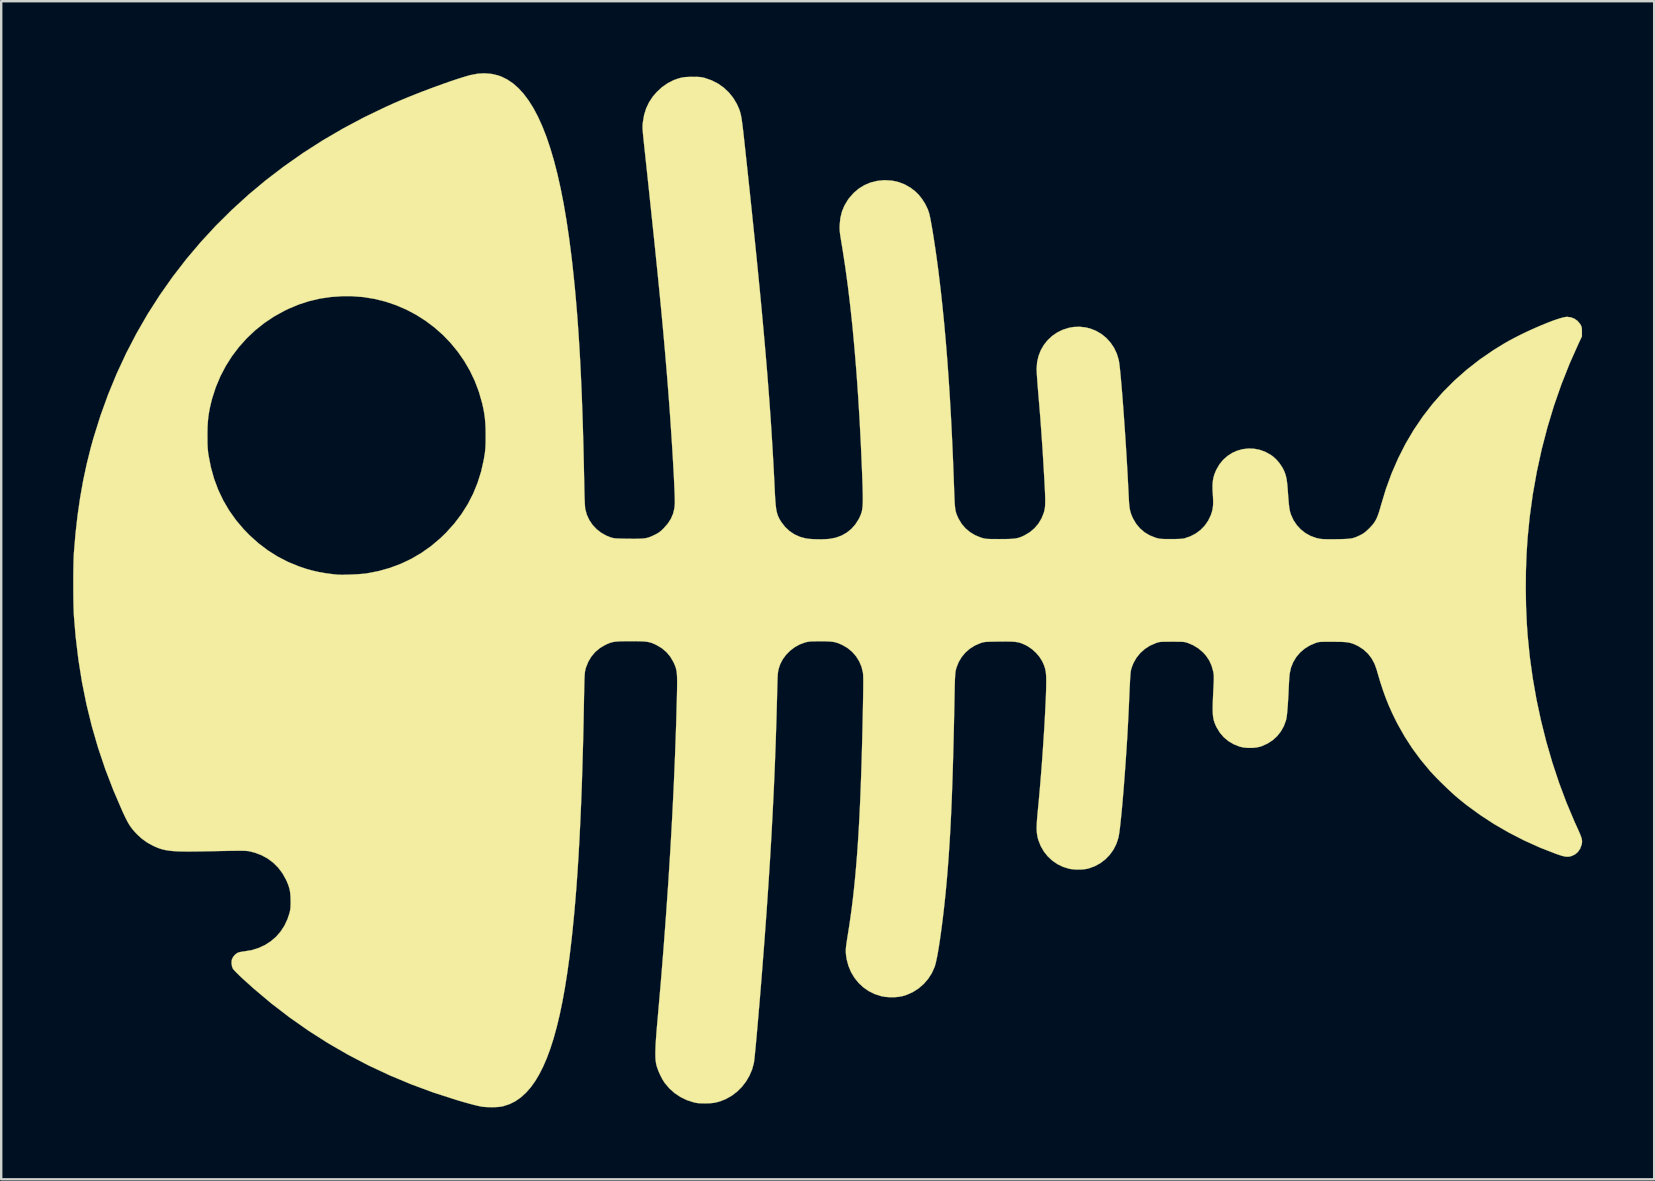
<source format=kicad_pcb>
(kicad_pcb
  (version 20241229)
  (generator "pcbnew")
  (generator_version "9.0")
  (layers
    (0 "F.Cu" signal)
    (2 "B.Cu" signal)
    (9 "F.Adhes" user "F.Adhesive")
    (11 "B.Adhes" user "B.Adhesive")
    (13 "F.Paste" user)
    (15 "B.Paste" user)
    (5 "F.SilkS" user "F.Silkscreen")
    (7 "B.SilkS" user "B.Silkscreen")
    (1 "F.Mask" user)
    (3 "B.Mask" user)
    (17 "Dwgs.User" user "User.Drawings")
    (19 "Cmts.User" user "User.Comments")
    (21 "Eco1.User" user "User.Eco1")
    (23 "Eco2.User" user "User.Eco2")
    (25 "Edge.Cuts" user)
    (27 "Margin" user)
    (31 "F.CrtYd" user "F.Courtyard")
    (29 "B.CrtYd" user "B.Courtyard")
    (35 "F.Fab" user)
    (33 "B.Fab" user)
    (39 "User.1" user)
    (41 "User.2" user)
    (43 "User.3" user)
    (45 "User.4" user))
  (footprint "Fish_FSilk"
    (layer "F.Cu")
    (at 30.302 20.651)
    (property "Reference" "Fish_FSilk" (at 0 0 0) (layer "F.SilkS") (effects (font (size 1.27 1.27) (thickness 0.15))))
    (attr through_hole)
    (fp_poly (pts (xy -12.883 -20.623) (xy -12.612 -20.562) (xy -12.462 -20.51) (xy -12.215 -20.388) (xy -11.978 -20.228) (xy -11.75 -20.028) (xy -11.532 -19.789) (xy -11.323 -19.51) (xy -11.124 -19.192) (xy -10.934 -18.834) (xy -10.754 -18.436) (xy -10.582 -17.997) (xy -10.421 -17.519) (xy -10.268 -17) (xy -10.124 -16.441) (xy -9.99 -15.841) (xy -9.864 -15.2) (xy -9.748 -14.518) (xy -9.641 -13.795) (xy -9.542 -13.031) (xy -9.506 -12.721) (xy -9.449 -12.194) (xy -9.395 -11.656) (xy -9.346 -11.106) (xy -9.299 -10.539) (xy -9.257 -9.955) (xy -9.218 -9.351) (xy -9.181 -8.724) (xy -9.148 -8.072) (xy -9.118 -7.392) (xy -9.091 -6.683) (xy -9.066 -5.941) (xy -9.044 -5.164) (xy -9.025 -4.35) (xy -9.007 -3.497) (xy -9.005 -3.376) (xy -9 -3.147) (xy -8.994 -2.945) (xy -8.987 -2.774) (xy -8.979 -2.637) (xy -8.971 -2.537) (xy -8.964 -2.486) (xy -8.899 -2.251) (xy -8.797 -2.031) (xy -8.661 -1.83) (xy -8.494 -1.652) (xy -8.3 -1.501) (xy -8.083 -1.38) (xy -7.927 -1.318) (xy -7.876 -1.301) (xy -7.83 -1.288) (xy -7.782 -1.278) (xy -7.728 -1.27) (xy -7.661 -1.265) (xy -7.575 -1.261) (xy -7.463 -1.258) (xy -7.321 -1.255) (xy -7.165 -1.253) (xy -6.963 -1.251) (xy -6.797 -1.252) (xy -6.66 -1.255) (xy -6.547 -1.263) (xy -6.45 -1.276) (xy -6.364 -1.295) (xy -6.282 -1.322) (xy -6.198 -1.356) (xy -6.105 -1.399) (xy -6.075 -1.414) (xy -5.974 -1.466) (xy -5.892 -1.517) (xy -5.816 -1.576) (xy -5.731 -1.655) (xy -5.694 -1.692) (xy -5.525 -1.884) (xy -5.397 -2.083) (xy -5.306 -2.293) (xy -5.252 -2.519) (xy -5.235 -2.688) (xy -5.233 -2.77) (xy -5.234 -2.89) (xy -5.238 -3.047) (xy -5.245 -3.237) (xy -5.255 -3.457) (xy -5.266 -3.703) (xy -5.28 -3.974) (xy -5.296 -4.266) (xy -5.314 -4.576) (xy -5.333 -4.9) (xy -5.354 -5.236) (xy -5.377 -5.581) (xy -5.4 -5.932) (xy -5.424 -6.285) (xy -5.449 -6.638) (xy -5.475 -6.988) (xy -5.494 -7.239) (xy -5.522 -7.597) (xy -5.55 -7.952) (xy -5.579 -8.305) (xy -5.609 -8.66) (xy -5.639 -9.019) (xy -5.671 -9.383) (xy -5.704 -9.755) (xy -5.739 -10.136) (xy -5.776 -10.53) (xy -5.815 -10.938) (xy -5.856 -11.363) (xy -5.9 -11.806) (xy -5.946 -12.27) (xy -5.996 -12.757) (xy -6.048 -13.27) (xy -6.104 -13.81) (xy -6.164 -14.379) (xy -6.227 -14.98) (xy -6.294 -15.615) (xy -6.365 -16.286) (xy -6.441 -16.995) (xy -6.5 -17.547) (xy -6.523 -17.759) (xy -6.541 -17.934) (xy -6.555 -18.076) (xy -6.566 -18.192) (xy -6.573 -18.285) (xy -6.577 -18.361) (xy -6.578 -18.425) (xy -6.576 -18.482) (xy -6.572 -18.536) (xy -6.567 -18.594) (xy -6.565 -18.605) (xy -6.514 -18.906) (xy -6.428 -19.184) (xy -6.306 -19.44) (xy -6.148 -19.679) (xy -5.984 -19.868) (xy -5.764 -20.071) (xy -5.531 -20.234) (xy -5.287 -20.358) (xy -5.224 -20.382) (xy -5.098 -20.426) (xy -4.988 -20.457) (xy -4.883 -20.479) (xy -4.769 -20.491) (xy -4.635 -20.497) (xy -4.498 -20.499) (xy -4.36 -20.499) (xy -4.254 -20.496) (xy -4.169 -20.489) (xy -4.095 -20.478) (xy -4.022 -20.462) (xy -3.981 -20.451) (xy -3.697 -20.352) (xy -3.435 -20.218) (xy -3.197 -20.051) (xy -2.985 -19.852) (xy -2.802 -19.626) (xy -2.65 -19.372) (xy -2.56 -19.172) (xy -2.538 -19.112) (xy -2.518 -19.054) (xy -2.501 -18.993) (xy -2.484 -18.926) (xy -2.468 -18.848) (xy -2.452 -18.756) (xy -2.436 -18.646) (xy -2.418 -18.515) (xy -2.399 -18.357) (xy -2.377 -18.169) (xy -2.353 -17.948) (xy -2.324 -17.689) (xy -2.319 -17.639) (xy -2.219 -16.716) (xy -2.125 -15.833) (xy -2.036 -14.988) (xy -1.952 -14.179) (xy -1.872 -13.404) (xy -1.797 -12.66) (xy -1.727 -11.947) (xy -1.66 -11.261) (xy -1.598 -10.601) (xy -1.54 -9.965) (xy -1.485 -9.351) (xy -1.434 -8.756) (xy -1.386 -8.18) (xy -1.342 -7.618) (xy -1.3 -7.071) (xy -1.261 -6.535) (xy -1.225 -6.009) (xy -1.192 -5.491) (xy -1.16 -4.978) (xy -1.131 -4.469) (xy -1.104 -3.961) (xy -1.079 -3.453) (xy -1.069 -3.252) (xy -1.057 -3.018) (xy -1.044 -2.82) (xy -1.03 -2.654) (xy -1.013 -2.515) (xy -0.992 -2.397) (xy -0.966 -2.294) (xy -0.934 -2.203) (xy -0.895 -2.116) (xy -0.847 -2.03) (xy -0.795 -1.947) (xy -0.64 -1.746) (xy -0.457 -1.575) (xy -0.251 -1.436) (xy -0.023 -1.333) (xy 0.22 -1.267) (xy 0.343 -1.249) (xy 0.505 -1.237) (xy 0.688 -1.23) (xy 0.876 -1.229) (xy 1.055 -1.235) (xy 1.208 -1.246) (xy 1.221 -1.248) (xy 1.476 -1.297) (xy 1.713 -1.384) (xy 1.93 -1.507) (xy 2.123 -1.663) (xy 2.289 -1.85) (xy 2.427 -2.067) (xy 2.447 -2.106) (xy 2.482 -2.18) (xy 2.513 -2.25) (xy 2.538 -2.32) (xy 2.559 -2.393) (xy 2.575 -2.474) (xy 2.587 -2.565) (xy 2.595 -2.672) (xy 2.6 -2.796) (xy 2.601 -2.943) (xy 2.599 -3.115) (xy 2.594 -3.317) (xy 2.587 -3.552) (xy 2.577 -3.824) (xy 2.572 -3.958) (xy 2.524 -5.076) (xy 2.469 -6.153) (xy 2.406 -7.189) (xy 2.336 -8.183) (xy 2.258 -9.136) (xy 2.174 -10.049) (xy 2.081 -10.92) (xy 1.981 -11.751) (xy 1.874 -12.542) (xy 1.759 -13.293) (xy 1.722 -13.515) (xy 1.693 -13.69) (xy 1.671 -13.83) (xy 1.654 -13.943) (xy 1.643 -14.035) (xy 1.636 -14.114) (xy 1.634 -14.186) (xy 1.634 -14.258) (xy 1.637 -14.338) (xy 1.637 -14.34) (xy 1.666 -14.621) (xy 1.73 -14.882) (xy 1.831 -15.128) (xy 1.972 -15.365) (xy 2.034 -15.45) (xy 2.219 -15.662) (xy 2.429 -15.84) (xy 2.661 -15.984) (xy 2.912 -16.091) (xy 3.18 -16.16) (xy 3.463 -16.191) (xy 3.543 -16.192) (xy 3.826 -16.173) (xy 4.095 -16.113) (xy 4.35 -16.014) (xy 4.592 -15.875) (xy 4.782 -15.73) (xy 4.934 -15.58) (xy 5.076 -15.399) (xy 5.202 -15.198) (xy 5.303 -14.99) (xy 5.354 -14.848) (xy 5.377 -14.761) (xy 5.405 -14.635) (xy 5.436 -14.476) (xy 5.47 -14.287) (xy 5.507 -14.072) (xy 5.545 -13.836) (xy 5.584 -13.583) (xy 5.624 -13.316) (xy 5.664 -13.04) (xy 5.702 -12.76) (xy 5.74 -12.478) (xy 5.756 -12.351) (xy 5.839 -11.663) (xy 5.916 -10.959) (xy 5.988 -10.238) (xy 6.055 -9.496) (xy 6.117 -8.731) (xy 6.174 -7.941) (xy 6.227 -7.121) (xy 6.276 -6.271) (xy 6.32 -5.387) (xy 6.361 -4.466) (xy 6.397 -3.506) (xy 6.402 -3.376) (xy 6.41 -3.147) (xy 6.418 -2.955) (xy 6.425 -2.796) (xy 6.434 -2.664) (xy 6.444 -2.555) (xy 6.457 -2.464) (xy 6.472 -2.387) (xy 6.492 -2.317) (xy 6.516 -2.251) (xy 6.545 -2.183) (xy 6.58 -2.108) (xy 6.597 -2.074) (xy 6.721 -1.869) (xy 6.879 -1.686) (xy 7.066 -1.529) (xy 7.279 -1.4) (xy 7.514 -1.304) (xy 7.567 -1.287) (xy 7.621 -1.272) (xy 7.671 -1.261) (xy 7.724 -1.252) (xy 7.786 -1.246) (xy 7.863 -1.242) (xy 7.962 -1.24) (xy 8.09 -1.239) (xy 8.251 -1.238) (xy 8.308 -1.238) (xy 8.508 -1.239) (xy 8.671 -1.242) (xy 8.806 -1.248) (xy 8.917 -1.258) (xy 9.012 -1.273) (xy 9.097 -1.294) (xy 9.179 -1.322) (xy 9.263 -1.358) (xy 9.345 -1.397) (xy 9.562 -1.528) (xy 9.753 -1.69) (xy 9.915 -1.88) (xy 10.045 -2.095) (xy 10.14 -2.331) (xy 10.162 -2.409) (xy 10.176 -2.475) (xy 10.188 -2.547) (xy 10.196 -2.63) (xy 10.2 -2.727) (xy 10.201 -2.845) (xy 10.199 -2.986) (xy 10.193 -3.155) (xy 10.184 -3.357) (xy 10.172 -3.596) (xy 10.17 -3.63) (xy 10.091 -4.968) (xy 9.997 -6.289) (xy 9.905 -7.4) (xy 9.89 -7.582) (xy 9.876 -7.761) (xy 9.864 -7.93) (xy 9.854 -8.081) (xy 9.847 -8.208) (xy 9.843 -8.304) (xy 9.843 -8.342) (xy 9.863 -8.611) (xy 9.922 -8.867) (xy 10.016 -9.107) (xy 10.144 -9.328) (xy 10.302 -9.527) (xy 10.487 -9.7) (xy 10.698 -9.846) (xy 10.931 -9.96) (xy 11.183 -10.04) (xy 11.384 -10.076) (xy 11.64 -10.086) (xy 11.9 -10.055) (xy 12.081 -10.009) (xy 12.324 -9.912) (xy 12.548 -9.78) (xy 12.749 -9.616) (xy 12.924 -9.422) (xy 13.07 -9.204) (xy 13.184 -8.963) (xy 13.261 -8.711) (xy 13.275 -8.633) (xy 13.292 -8.516) (xy 13.31 -8.362) (xy 13.329 -8.175) (xy 13.35 -7.956) (xy 13.372 -7.71) (xy 13.395 -7.438) (xy 13.419 -7.143) (xy 13.443 -6.829) (xy 13.467 -6.499) (xy 13.492 -6.154) (xy 13.517 -5.798) (xy 13.541 -5.434) (xy 13.565 -5.065) (xy 13.588 -4.693) (xy 13.61 -4.321) (xy 13.631 -3.952) (xy 13.65 -3.59) (xy 13.668 -3.236) (xy 13.685 -2.893) (xy 13.685 -2.889) (xy 13.697 -2.701) (xy 13.715 -2.544) (xy 13.741 -2.409) (xy 13.779 -2.284) (xy 13.829 -2.161) (xy 13.854 -2.106) (xy 13.985 -1.882) (xy 14.145 -1.688) (xy 14.333 -1.526) (xy 14.548 -1.396) (xy 14.789 -1.299) (xy 14.828 -1.287) (xy 14.889 -1.27) (xy 14.947 -1.258) (xy 15.008 -1.249) (xy 15.082 -1.244) (xy 15.175 -1.24) (xy 15.295 -1.239) (xy 15.441 -1.238) (xy 15.628 -1.24) (xy 15.776 -1.244) (xy 15.889 -1.251) (xy 15.97 -1.261) (xy 16 -1.268) (xy 16.247 -1.352) (xy 16.473 -1.47) (xy 16.674 -1.62) (xy 16.847 -1.798) (xy 16.99 -2.003) (xy 17.099 -2.231) (xy 17.11 -2.259) (xy 17.152 -2.391) (xy 17.18 -2.521) (xy 17.196 -2.659) (xy 17.199 -2.813) (xy 17.192 -2.995) (xy 17.186 -3.074) (xy 17.173 -3.293) (xy 17.172 -3.48) (xy 17.183 -3.643) (xy 17.208 -3.79) (xy 17.248 -3.931) (xy 17.305 -4.072) (xy 17.336 -4.138) (xy 17.463 -4.356) (xy 17.618 -4.544) (xy 17.797 -4.702) (xy 17.994 -4.829) (xy 18.207 -4.924) (xy 18.431 -4.985) (xy 18.662 -5.012) (xy 18.897 -5.004) (xy 19.13 -4.96) (xy 19.359 -4.879) (xy 19.579 -4.76) (xy 19.681 -4.689) (xy 19.823 -4.562) (xy 19.958 -4.407) (xy 20.072 -4.239) (xy 20.116 -4.159) (xy 20.164 -4.056) (xy 20.203 -3.955) (xy 20.234 -3.848) (xy 20.259 -3.727) (xy 20.279 -3.585) (xy 20.296 -3.415) (xy 20.309 -3.239) (xy 20.325 -3.024) (xy 20.339 -2.847) (xy 20.352 -2.701) (xy 20.366 -2.581) (xy 20.381 -2.483) (xy 20.398 -2.4) (xy 20.417 -2.327) (xy 20.439 -2.26) (xy 20.543 -2.031) (xy 20.68 -1.824) (xy 20.848 -1.643) (xy 21.041 -1.49) (xy 21.257 -1.37) (xy 21.49 -1.285) (xy 21.654 -1.249) (xy 21.747 -1.239) (xy 21.88 -1.233) (xy 22.054 -1.23) (xy 22.269 -1.232) (xy 22.352 -1.233) (xy 22.54 -1.237) (xy 22.692 -1.242) (xy 22.816 -1.249) (xy 22.918 -1.26) (xy 23.006 -1.276) (xy 23.086 -1.298) (xy 23.165 -1.328) (xy 23.25 -1.366) (xy 23.326 -1.402) (xy 23.412 -1.447) (xy 23.487 -1.495) (xy 23.561 -1.554) (xy 23.645 -1.631) (xy 23.708 -1.692) (xy 23.802 -1.791) (xy 23.88 -1.885) (xy 23.946 -1.982) (xy 24.004 -2.088) (xy 24.056 -2.211) (xy 24.107 -2.357) (xy 24.16 -2.534) (xy 24.191 -2.646) (xy 24.396 -3.324) (xy 24.635 -3.978) (xy 24.909 -4.607) (xy 25.216 -5.212) (xy 25.558 -5.791) (xy 25.933 -6.344) (xy 26.342 -6.872) (xy 26.783 -7.374) (xy 27.258 -7.849) (xy 27.765 -8.297) (xy 28.304 -8.718) (xy 28.876 -9.111) (xy 29.326 -9.388) (xy 29.524 -9.501) (xy 29.738 -9.615) (xy 29.963 -9.73) (xy 30.195 -9.843) (xy 30.43 -9.953) (xy 30.664 -10.057) (xy 30.892 -10.155) (xy 31.111 -10.244) (xy 31.315 -10.323) (xy 31.501 -10.389) (xy 31.665 -10.441) (xy 31.802 -10.478) (xy 31.908 -10.496) (xy 31.945 -10.499) (xy 32.105 -10.478) (xy 32.253 -10.42) (xy 32.383 -10.328) (xy 32.486 -10.206) (xy 32.516 -10.156) (xy 32.541 -10.102) (xy 32.556 -10.045) (xy 32.563 -9.972) (xy 32.564 -9.874) (xy 32.564 -9.684) (xy 32.419 -9.377) (xy 32.047 -8.542) (xy 31.707 -7.681) (xy 31.399 -6.798) (xy 31.126 -5.896) (xy 30.887 -4.977) (xy 30.684 -4.045) (xy 30.516 -3.103) (xy 30.386 -2.154) (xy 30.301 -1.302) (xy 30.256 -0.614) (xy 30.23 0.098) (xy 30.223 0.823) (xy 30.235 1.548) (xy 30.266 2.26) (xy 30.301 2.773) (xy 30.39 3.663) (xy 30.514 4.556) (xy 30.671 5.449) (xy 30.861 6.336) (xy 31.081 7.213) (xy 31.332 8.075) (xy 31.611 8.918) (xy 31.918 9.738) (xy 32.251 10.529) (xy 32.343 10.732) (xy 32.418 10.897) (xy 32.476 11.03) (xy 32.519 11.137) (xy 32.548 11.224) (xy 32.564 11.296) (xy 32.569 11.36) (xy 32.565 11.42) (xy 32.553 11.484) (xy 32.545 11.515) (xy 32.486 11.67) (xy 32.395 11.799) (xy 32.277 11.9) (xy 32.135 11.967) (xy 32.086 11.981) (xy 32.011 11.995) (xy 31.935 11.997) (xy 31.851 11.987) (xy 31.75 11.964) (xy 31.626 11.926) (xy 31.473 11.873) (xy 30.809 11.613) (xy 30.158 11.319) (xy 29.525 10.994) (xy 28.913 10.641) (xy 28.328 10.26) (xy 27.772 9.856) (xy 27.41 9.565) (xy 27.283 9.456) (xy 27.137 9.324) (xy 26.978 9.175) (xy 26.814 9.018) (xy 26.651 8.859) (xy 26.498 8.705) (xy 26.362 8.563) (xy 26.249 8.44) (xy 26.232 8.42) (xy 25.846 7.956) (xy 25.497 7.483) (xy 25.18 6.993) (xy 24.889 6.478) (xy 24.796 6.297) (xy 24.647 5.989) (xy 24.511 5.683) (xy 24.386 5.371) (xy 24.269 5.045) (xy 24.155 4.694) (xy 24.042 4.313) (xy 24.015 4.214) (xy 23.924 3.96) (xy 23.802 3.734) (xy 23.649 3.535) (xy 23.466 3.366) (xy 23.255 3.228) (xy 23.147 3.174) (xy 23.06 3.136) (xy 22.978 3.106) (xy 22.897 3.083) (xy 22.808 3.066) (xy 22.705 3.054) (xy 22.583 3.046) (xy 22.434 3.042) (xy 22.251 3.04) (xy 22.172 3.039) (xy 22.005 3.039) (xy 21.873 3.039) (xy 21.772 3.041) (xy 21.694 3.044) (xy 21.634 3.049) (xy 21.584 3.056) (xy 21.539 3.067) (xy 21.493 3.081) (xy 21.459 3.093) (xy 21.221 3.195) (xy 21.007 3.329) (xy 20.819 3.491) (xy 20.66 3.679) (xy 20.534 3.889) (xy 20.442 4.116) (xy 20.388 4.359) (xy 20.386 4.374) (xy 20.377 4.459) (xy 20.368 4.572) (xy 20.36 4.7) (xy 20.353 4.829) (xy 20.352 4.847) (xy 20.337 5.179) (xy 20.321 5.47) (xy 20.305 5.718) (xy 20.288 5.926) (xy 20.271 6.093) (xy 20.253 6.22) (xy 20.234 6.307) (xy 20.234 6.307) (xy 20.145 6.552) (xy 20.021 6.774) (xy 19.864 6.972) (xy 19.678 7.142) (xy 19.464 7.281) (xy 19.226 7.388) (xy 19.156 7.411) (xy 19.004 7.445) (xy 18.828 7.462) (xy 18.645 7.462) (xy 18.469 7.446) (xy 18.316 7.413) (xy 18.31 7.411) (xy 18.061 7.313) (xy 17.839 7.183) (xy 17.644 7.022) (xy 17.48 6.832) (xy 17.346 6.613) (xy 17.337 6.595) (xy 17.295 6.506) (xy 17.261 6.422) (xy 17.232 6.338) (xy 17.211 6.249) (xy 17.195 6.152) (xy 17.184 6.041) (xy 17.179 5.912) (xy 17.179 5.76) (xy 17.183 5.582) (xy 17.191 5.371) (xy 17.202 5.125) (xy 17.207 5.038) (xy 17.215 4.863) (xy 17.222 4.723) (xy 17.225 4.614) (xy 17.226 4.528) (xy 17.225 4.459) (xy 17.22 4.401) (xy 17.213 4.348) (xy 17.203 4.293) (xy 17.2 4.276) (xy 17.132 4.034) (xy 17.034 3.817) (xy 16.901 3.62) (xy 16.776 3.481) (xy 16.58 3.314) (xy 16.36 3.181) (xy 16.161 3.097) (xy 16.106 3.078) (xy 16.059 3.064) (xy 16.012 3.053) (xy 15.959 3.046) (xy 15.893 3.041) (xy 15.806 3.039) (xy 15.694 3.038) (xy 15.548 3.037) (xy 15.483 3.037) (xy 15.324 3.038) (xy 15.199 3.038) (xy 15.104 3.04) (xy 15.031 3.044) (xy 14.973 3.05) (xy 14.925 3.06) (xy 14.879 3.072) (xy 14.828 3.089) (xy 14.806 3.097) (xy 14.566 3.202) (xy 14.35 3.341) (xy 14.162 3.509) (xy 14.004 3.704) (xy 13.878 3.924) (xy 13.81 4.095) (xy 13.798 4.132) (xy 13.788 4.167) (xy 13.778 4.204) (xy 13.77 4.246) (xy 13.762 4.296) (xy 13.755 4.357) (xy 13.749 4.434) (xy 13.742 4.528) (xy 13.735 4.644) (xy 13.728 4.784) (xy 13.719 4.952) (xy 13.71 5.152) (xy 13.7 5.386) (xy 13.688 5.658) (xy 13.684 5.757) (xy 13.668 6.086) (xy 13.651 6.427) (xy 13.632 6.778) (xy 13.611 7.136) (xy 13.588 7.497) (xy 13.564 7.858) (xy 13.539 8.217) (xy 13.513 8.57) (xy 13.487 8.915) (xy 13.461 9.247) (xy 13.434 9.565) (xy 13.408 9.865) (xy 13.382 10.145) (xy 13.356 10.4) (xy 13.332 10.628) (xy 13.309 10.826) (xy 13.287 10.991) (xy 13.267 11.119) (xy 13.249 11.208) (xy 13.165 11.463) (xy 13.046 11.699) (xy 12.893 11.913) (xy 12.712 12.101) (xy 12.505 12.26) (xy 12.275 12.388) (xy 12.026 12.48) (xy 11.943 12.501) (xy 11.811 12.522) (xy 11.653 12.532) (xy 11.487 12.531) (xy 11.327 12.519) (xy 11.197 12.498) (xy 10.942 12.419) (xy 10.706 12.305) (xy 10.491 12.156) (xy 10.302 11.978) (xy 10.14 11.773) (xy 10.009 11.544) (xy 9.912 11.294) (xy 9.885 11.191) (xy 9.865 11.093) (xy 9.852 10.987) (xy 9.845 10.867) (xy 9.845 10.728) (xy 9.852 10.564) (xy 9.866 10.371) (xy 9.886 10.144) (xy 9.895 10.054) (xy 9.928 9.713) (xy 9.96 9.352) (xy 9.993 8.977) (xy 10.024 8.591) (xy 10.055 8.198) (xy 10.084 7.802) (xy 10.111 7.409) (xy 10.137 7.021) (xy 10.161 6.643) (xy 10.182 6.278) (xy 10.2 5.932) (xy 10.216 5.609) (xy 10.229 5.312) (xy 10.238 5.045) (xy 10.243 4.813) (xy 10.244 4.655) (xy 10.24 4.464) (xy 10.225 4.302) (xy 10.197 4.16) (xy 10.153 4.025) (xy 10.092 3.886) (xy 10.072 3.846) (xy 9.963 3.672) (xy 9.822 3.506) (xy 9.659 3.356) (xy 9.483 3.234) (xy 9.405 3.191) (xy 9.312 3.146) (xy 9.227 3.11) (xy 9.145 3.082) (xy 9.059 3.061) (xy 8.964 3.046) (xy 8.852 3.036) (xy 8.719 3.031) (xy 8.558 3.029) (xy 8.363 3.031) (xy 8.284 3.031) (xy 8.107 3.034) (xy 7.966 3.036) (xy 7.855 3.039) (xy 7.77 3.043) (xy 7.703 3.048) (xy 7.649 3.056) (xy 7.602 3.065) (xy 7.557 3.078) (xy 7.507 3.095) (xy 7.504 3.096) (xy 7.27 3.196) (xy 7.059 3.329) (xy 6.873 3.492) (xy 6.716 3.681) (xy 6.59 3.893) (xy 6.5 4.123) (xy 6.468 4.25) (xy 6.457 4.325) (xy 6.448 4.441) (xy 6.439 4.598) (xy 6.432 4.797) (xy 6.426 5.037) (xy 6.425 5.101) (xy 6.412 5.791) (xy 6.398 6.44) (xy 6.384 7.053) (xy 6.369 7.63) (xy 6.354 8.176) (xy 6.338 8.691) (xy 6.321 9.18) (xy 6.304 9.644) (xy 6.285 10.085) (xy 6.265 10.507) (xy 6.244 10.912) (xy 6.221 11.302) (xy 6.197 11.681) (xy 6.172 12.049) (xy 6.145 12.411) (xy 6.116 12.768) (xy 6.116 12.774) (xy 6.084 13.137) (xy 6.05 13.498) (xy 6.013 13.856) (xy 5.974 14.207) (xy 5.934 14.547) (xy 5.894 14.873) (xy 5.852 15.182) (xy 5.811 15.471) (xy 5.77 15.737) (xy 5.73 15.977) (xy 5.691 16.186) (xy 5.653 16.363) (xy 5.618 16.503) (xy 5.59 16.593) (xy 5.474 16.85) (xy 5.323 17.085) (xy 5.141 17.295) (xy 4.932 17.478) (xy 4.698 17.629) (xy 4.443 17.746) (xy 4.265 17.803) (xy 4.1 17.835) (xy 3.911 17.851) (xy 3.713 17.851) (xy 3.52 17.835) (xy 3.355 17.804) (xy 3.091 17.718) (xy 2.846 17.596) (xy 2.623 17.441) (xy 2.425 17.256) (xy 2.254 17.045) (xy 2.112 16.809) (xy 2.004 16.553) (xy 1.93 16.28) (xy 1.906 16.129) (xy 1.897 16.043) (xy 1.892 15.963) (xy 1.892 15.882) (xy 1.897 15.792) (xy 1.909 15.686) (xy 1.926 15.558) (xy 1.951 15.4) (xy 1.97 15.282) (xy 2.031 14.898) (xy 2.088 14.508) (xy 2.142 14.11) (xy 2.192 13.702) (xy 2.238 13.281) (xy 2.282 12.847) (xy 2.322 12.395) (xy 2.36 11.925) (xy 2.395 11.434) (xy 2.427 10.92) (xy 2.457 10.381) (xy 2.484 9.815) (xy 2.509 9.219) (xy 2.532 8.592) (xy 2.553 7.931) (xy 2.572 7.234) (xy 2.59 6.498) (xy 2.606 5.741) (xy 2.611 5.461) (xy 2.615 5.22) (xy 2.618 5.015) (xy 2.619 4.843) (xy 2.62 4.7) (xy 2.619 4.584) (xy 2.617 4.49) (xy 2.614 4.417) (xy 2.609 4.36) (xy 2.604 4.322) (xy 2.545 4.079) (xy 2.447 3.851) (xy 2.316 3.642) (xy 2.153 3.457) (xy 1.962 3.3) (xy 1.771 3.187) (xy 1.662 3.136) (xy 1.565 3.096) (xy 1.47 3.066) (xy 1.371 3.045) (xy 1.258 3.032) (xy 1.125 3.024) (xy 0.963 3.02) (xy 0.826 3.02) (xy 0.668 3.021) (xy 0.545 3.023) (xy 0.449 3.026) (xy 0.373 3.033) (xy 0.309 3.042) (xy 0.249 3.054) (xy 0.206 3.065) (xy -0.021 3.147) (xy -0.232 3.263) (xy -0.425 3.408) (xy -0.594 3.577) (xy -0.735 3.768) (xy -0.842 3.973) (xy -0.895 4.128) (xy -0.908 4.177) (xy -0.919 4.223) (xy -0.928 4.271) (xy -0.936 4.324) (xy -0.943 4.388) (xy -0.948 4.467) (xy -0.953 4.565) (xy -0.958 4.686) (xy -0.962 4.836) (xy -0.967 5.018) (xy -0.972 5.237) (xy -0.973 5.292) (xy -0.999 6.253) (xy -1.03 7.216) (xy -1.066 8.184) (xy -1.108 9.162) (xy -1.157 10.154) (xy -1.211 11.162) (xy -1.272 12.192) (xy -1.34 13.246) (xy -1.414 14.329) (xy -1.496 15.445) (xy -1.585 16.597) (xy -1.62 17.039) (xy -1.651 17.426) (xy -1.682 17.801) (xy -1.712 18.164) (xy -1.742 18.51) (xy -1.77 18.839) (xy -1.797 19.147) (xy -1.822 19.432) (xy -1.846 19.692) (xy -1.867 19.924) (xy -1.887 20.125) (xy -1.904 20.295) (xy -1.918 20.429) (xy -1.93 20.526) (xy -1.939 20.584) (xy -1.939 20.585) (xy -2.012 20.857) (xy -2.123 21.118) (xy -2.266 21.363) (xy -2.439 21.587) (xy -2.638 21.785) (xy -2.859 21.954) (xy -3.099 22.089) (xy -3.17 22.12) (xy -3.329 22.182) (xy -3.472 22.225) (xy -3.613 22.254) (xy -3.765 22.269) (xy -3.944 22.275) (xy -3.958 22.275) (xy -4.097 22.274) (xy -4.205 22.27) (xy -4.296 22.261) (xy -4.381 22.246) (xy -4.451 22.23) (xy -4.734 22.138) (xy -4.998 22.009) (xy -5.242 21.847) (xy -5.459 21.653) (xy -5.648 21.431) (xy -5.662 21.412) (xy -5.751 21.271) (xy -5.838 21.103) (xy -5.917 20.926) (xy -5.978 20.754) (xy -5.994 20.701) (xy -6.012 20.622) (xy -6.026 20.535) (xy -6.037 20.436) (xy -6.042 20.322) (xy -6.044 20.191) (xy -6.041 20.037) (xy -6.034 19.86) (xy -6.022 19.655) (xy -6.005 19.419) (xy -5.984 19.149) (xy -5.957 18.841) (xy -5.942 18.669) (xy -5.817 17.234) (xy -5.702 15.81) (xy -5.597 14.403) (xy -5.501 13.014) (xy -5.415 11.646) (xy -5.34 10.304) (xy -5.275 8.99) (xy -5.221 7.707) (xy -5.177 6.459) (xy -5.145 5.292) (xy -5.14 5.049) (xy -5.137 4.843) (xy -5.137 4.671) (xy -5.139 4.526) (xy -5.146 4.404) (xy -5.156 4.301) (xy -5.171 4.212) (xy -5.191 4.131) (xy -5.217 4.054) (xy -5.249 3.977) (xy -5.287 3.894) (xy -5.292 3.884) (xy -5.42 3.665) (xy -5.58 3.473) (xy -5.771 3.311) (xy -5.99 3.18) (xy -6.001 3.174) (xy -6.091 3.132) (xy -6.173 3.097) (xy -6.253 3.071) (xy -6.336 3.051) (xy -6.43 3.036) (xy -6.539 3.026) (xy -6.671 3.021) (xy -6.832 3.018) (xy -7.027 3.017) (xy -7.07 3.017) (xy -7.273 3.017) (xy -7.44 3.02) (xy -7.577 3.025) (xy -7.69 3.034) (xy -7.786 3.047) (xy -7.871 3.066) (xy -7.951 3.092) (xy -8.032 3.125) (xy -8.12 3.166) (xy -8.139 3.175) (xy -8.357 3.304) (xy -8.548 3.465) (xy -8.709 3.654) (xy -8.838 3.869) (xy -8.934 4.108) (xy -8.956 4.185) (xy -8.965 4.225) (xy -8.974 4.268) (xy -8.981 4.317) (xy -8.987 4.376) (xy -8.992 4.449) (xy -8.997 4.541) (xy -9.001 4.654) (xy -9.005 4.794) (xy -9.009 4.964) (xy -9.013 5.168) (xy -9.018 5.41) (xy -9.018 5.419) (xy -9.036 6.367) (xy -9.057 7.275) (xy -9.082 8.144) (xy -9.108 8.976) (xy -9.138 9.773) (xy -9.172 10.536) (xy -9.208 11.267) (xy -9.247 11.968) (xy -9.29 12.641) (xy -9.336 13.287) (xy -9.386 13.908) (xy -9.44 14.505) (xy -9.497 15.081) (xy -9.536 15.447) (xy -9.621 16.156) (xy -9.713 16.823) (xy -9.812 17.45) (xy -9.918 18.037) (xy -10.032 18.584) (xy -10.154 19.092) (xy -10.283 19.562) (xy -10.421 19.994) (xy -10.567 20.388) (xy -10.722 20.746) (xy -10.885 21.068) (xy -11.056 21.354) (xy -11.237 21.606) (xy -11.427 21.822) (xy -11.437 21.832) (xy -11.654 22.03) (xy -11.881 22.187) (xy -12.121 22.306) (xy -12.376 22.389) (xy -12.448 22.405) (xy -12.553 22.421) (xy -12.688 22.43) (xy -12.839 22.434) (xy -12.995 22.432) (xy -13.142 22.425) (xy -13.267 22.412) (xy -13.303 22.406) (xy -13.434 22.378) (xy -13.601 22.338) (xy -13.803 22.284) (xy -14.036 22.219) (xy -14.298 22.142) (xy -14.34 22.129) (xy -15.287 21.824) (xy -16.212 21.482) (xy -17.115 21.105) (xy -17.997 20.692) (xy -18.855 20.243) (xy -19.691 19.76) (xy -20.503 19.242) (xy -21.291 18.689) (xy -22.054 18.103) (xy -22.791 17.482) (xy -23.276 17.044) (xy -23.376 16.949) (xy -23.468 16.858) (xy -23.547 16.778) (xy -23.607 16.713) (xy -23.642 16.67) (xy -23.645 16.666) (xy -23.683 16.575) (xy -23.702 16.463) (xy -23.702 16.349) (xy -23.686 16.267) (xy -23.635 16.169) (xy -23.557 16.077) (xy -23.464 16.008) (xy -23.452 16.002) (xy -23.389 15.979) (xy -23.295 15.959) (xy -23.183 15.942) (xy -23.165 15.94) (xy -22.86 15.889) (xy -22.575 15.8) (xy -22.31 15.677) (xy -22.068 15.521) (xy -21.851 15.334) (xy -21.661 15.117) (xy -21.502 14.873) (xy -21.375 14.604) (xy -21.299 14.378) (xy -21.276 14.291) (xy -21.26 14.216) (xy -21.25 14.142) (xy -21.245 14.056) (xy -21.242 13.947) (xy -21.242 13.843) (xy -21.247 13.65) (xy -21.261 13.486) (xy -21.289 13.337) (xy -21.333 13.192) (xy -21.396 13.037) (xy -21.432 12.957) (xy -21.58 12.691) (xy -21.758 12.454) (xy -21.965 12.248) (xy -22.197 12.074) (xy -22.455 11.933) (xy -22.736 11.827) (xy -22.93 11.778) (xy -22.97 11.77) (xy -23.011 11.763) (xy -23.056 11.758) (xy -23.109 11.754) (xy -23.174 11.751) (xy -23.252 11.749) (xy -23.349 11.748) (xy -23.466 11.748) (xy -23.607 11.75) (xy -23.776 11.752) (xy -23.976 11.756) (xy -24.21 11.76) (xy -24.481 11.766) (xy -24.63 11.769) (xy -24.958 11.775) (xy -25.247 11.779) (xy -25.501 11.781) (xy -25.724 11.779) (xy -25.919 11.774) (xy -26.09 11.765) (xy -26.241 11.752) (xy -26.374 11.734) (xy -26.494 11.712) (xy -26.605 11.685) (xy -26.709 11.652) (xy -26.811 11.613) (xy -26.914 11.568) (xy -26.96 11.547) (xy -27.218 11.407) (xy -27.447 11.241) (xy -27.628 11.076) (xy -27.73 10.969) (xy -27.818 10.868) (xy -27.896 10.767) (xy -27.969 10.658) (xy -28.04 10.535) (xy -28.115 10.39) (xy -28.198 10.216) (xy -28.255 10.092) (xy -28.631 9.218) (xy -28.968 8.339) (xy -29.266 7.453) (xy -29.526 6.556) (xy -29.749 5.647) (xy -29.935 4.723) (xy -30.085 3.782) (xy -30.2 2.82) (xy -30.272 1.958) (xy -30.279 1.819) (xy -30.285 1.645) (xy -30.29 1.443) (xy -30.294 1.219) (xy -30.296 0.98) (xy -30.297 0.732) (xy -30.297 0.483) (xy -30.296 0.237) (xy -30.293 0.003) (xy -30.289 -0.214) (xy -30.284 -0.407) (xy -30.278 -0.569) (xy -30.272 -0.667) (xy -30.206 -1.461) (xy -30.12 -2.223) (xy -30.014 -2.958) (xy -29.887 -3.674) (xy -29.737 -4.375) (xy -29.564 -5.067) (xy -29.454 -5.461) (xy -29.424 -5.556) (xy -24.709 -5.556) (xy -24.709 -5.373) (xy -24.707 -5.224) (xy -24.702 -5.099) (xy -24.695 -4.991) (xy -24.685 -4.889) (xy -24.672 -4.786) (xy -24.663 -4.731) (xy -24.565 -4.229) (xy -24.431 -3.749) (xy -24.259 -3.289) (xy -24.05 -2.85) (xy -23.804 -2.43) (xy -23.521 -2.031) (xy -23.201 -1.652) (xy -22.95 -1.395) (xy -22.579 -1.061) (xy -22.189 -0.766) (xy -21.779 -0.508) (xy -21.347 -0.285) (xy -20.893 -0.099) (xy -20.566 0.01) (xy -20.322 0.077) (xy -20.072 0.134) (xy -19.806 0.181) (xy -19.515 0.22) (xy -19.315 0.242) (xy -19.221 0.247) (xy -19.095 0.249) (xy -18.945 0.247) (xy -18.779 0.242) (xy -18.609 0.235) (xy -18.442 0.226) (xy -18.287 0.214) (xy -18.154 0.202) (xy -18.076 0.192) (xy -17.582 0.097) (xy -17.106 -0.037) (xy -16.647 -0.209) (xy -16.207 -0.418) (xy -15.786 -0.666) (xy -15.385 -0.95) (xy -15.004 -1.272) (xy -14.751 -1.518) (xy -14.417 -1.891) (xy -14.12 -2.283) (xy -13.86 -2.695) (xy -13.638 -3.127) (xy -13.453 -3.58) (xy -13.304 -4.053) (xy -13.193 -4.547) (xy -13.152 -4.794) (xy -13.138 -4.905) (xy -13.127 -5.024) (xy -13.12 -5.16) (xy -13.116 -5.32) (xy -13.115 -5.513) (xy -13.115 -5.567) (xy -13.118 -5.827) (xy -13.128 -6.057) (xy -13.146 -6.268) (xy -13.173 -6.47) (xy -13.211 -6.676) (xy -13.26 -6.896) (xy -13.261 -6.9) (xy -13.395 -7.369) (xy -13.565 -7.82) (xy -13.77 -8.251) (xy -14.008 -8.66) (xy -14.276 -9.046) (xy -14.573 -9.408) (xy -14.896 -9.745) (xy -15.245 -10.053) (xy -15.616 -10.333) (xy -16.009 -10.583) (xy -16.421 -10.801) (xy -16.849 -10.985) (xy -17.293 -11.135) (xy -17.75 -11.248) (xy -18.219 -11.324) (xy -18.696 -11.36) (xy -19.092 -11.36) (xy -19.569 -11.326) (xy -20.023 -11.259) (xy -20.463 -11.156) (xy -20.893 -11.017) (xy -21.32 -10.839) (xy -21.505 -10.75) (xy -21.935 -10.512) (xy -22.341 -10.24) (xy -22.721 -9.936) (xy -23.072 -9.604) (xy -23.395 -9.244) (xy -23.687 -8.859) (xy -23.946 -8.45) (xy -24.17 -8.021) (xy -24.359 -7.572) (xy -24.51 -7.107) (xy -24.555 -6.932) (xy -24.606 -6.713) (xy -24.644 -6.512) (xy -24.673 -6.318) (xy -24.692 -6.12) (xy -24.704 -5.907) (xy -24.709 -5.667) (xy -24.709 -5.556) (xy -29.424 -5.556) (xy -29.168 -6.373) (xy -28.846 -7.264) (xy -28.487 -8.135) (xy -28.092 -8.985) (xy -27.661 -9.813) (xy -27.196 -10.619) (xy -26.695 -11.402) (xy -26.161 -12.161) (xy -25.593 -12.897) (xy -24.992 -13.608) (xy -24.359 -14.294) (xy -23.693 -14.954) (xy -22.996 -15.589) (xy -22.268 -16.196) (xy -21.509 -16.776) (xy -20.72 -17.329) (xy -19.902 -17.853) (xy -19.054 -18.348) (xy -18.179 -18.813) (xy -17.275 -19.248) (xy -16.891 -19.42) (xy -16.632 -19.532) (xy -16.354 -19.647) (xy -16.062 -19.764) (xy -15.763 -19.881) (xy -15.46 -19.996) (xy -15.16 -20.107) (xy -14.868 -20.212) (xy -14.589 -20.31) (xy -14.329 -20.397) (xy -14.092 -20.473) (xy -13.885 -20.535) (xy -13.748 -20.573) (xy -13.454 -20.629) (xy -13.165 -20.646) (xy -12.883 -20.623)) (stroke (width 0.01) (type solid)) (fill yes) (layer "F.SilkS")))
  (gr_rect
    (start -3 -3)
    (end 65.877 46.09)
    (stroke (width 0.1) (type default))
    (fill no)
    (layer "Edge.Cuts")))
</source>
